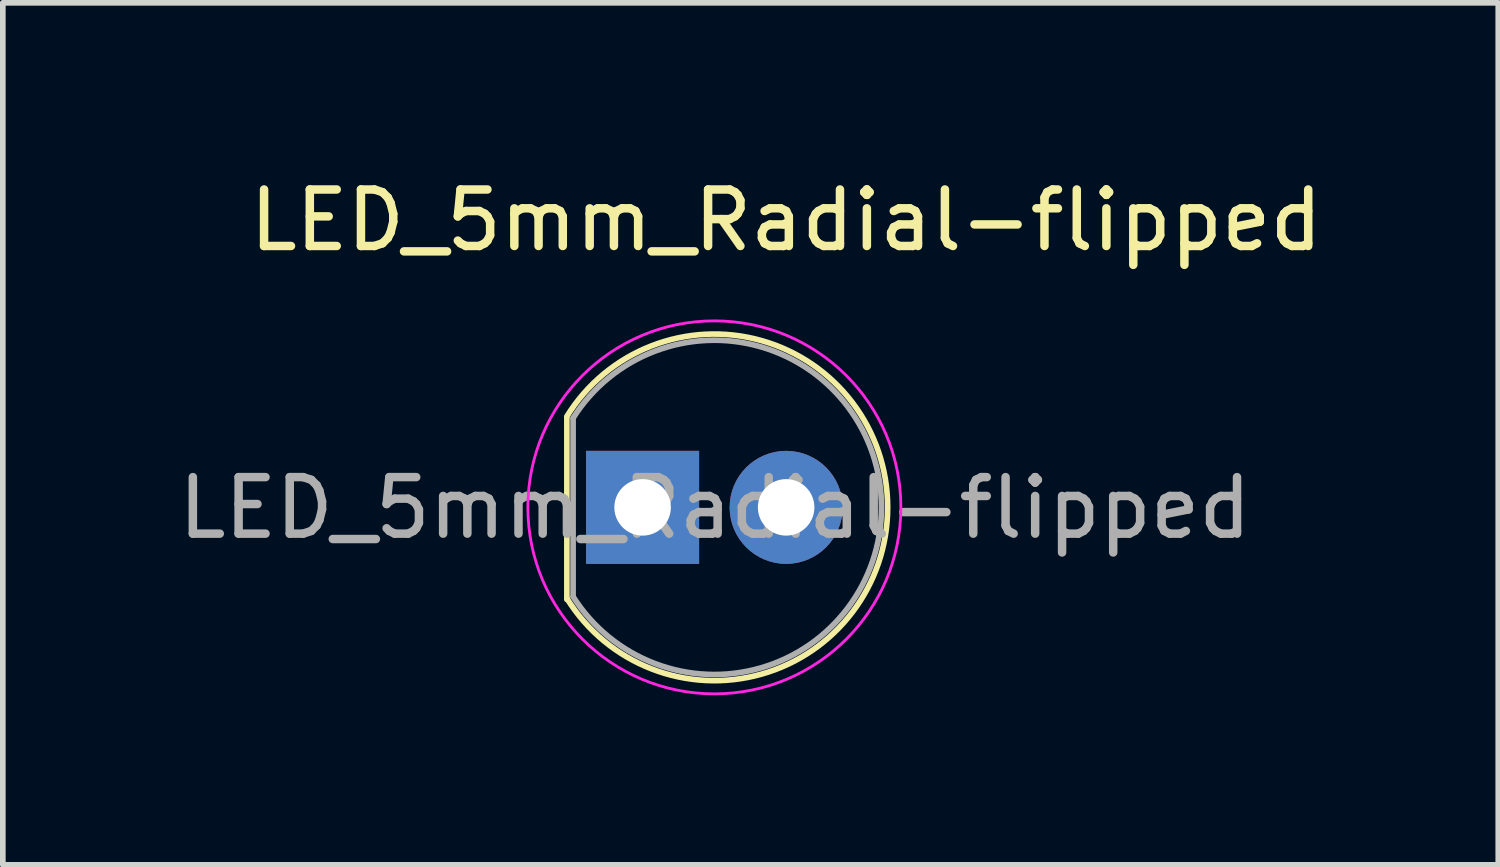
<source format=kicad_pcb>
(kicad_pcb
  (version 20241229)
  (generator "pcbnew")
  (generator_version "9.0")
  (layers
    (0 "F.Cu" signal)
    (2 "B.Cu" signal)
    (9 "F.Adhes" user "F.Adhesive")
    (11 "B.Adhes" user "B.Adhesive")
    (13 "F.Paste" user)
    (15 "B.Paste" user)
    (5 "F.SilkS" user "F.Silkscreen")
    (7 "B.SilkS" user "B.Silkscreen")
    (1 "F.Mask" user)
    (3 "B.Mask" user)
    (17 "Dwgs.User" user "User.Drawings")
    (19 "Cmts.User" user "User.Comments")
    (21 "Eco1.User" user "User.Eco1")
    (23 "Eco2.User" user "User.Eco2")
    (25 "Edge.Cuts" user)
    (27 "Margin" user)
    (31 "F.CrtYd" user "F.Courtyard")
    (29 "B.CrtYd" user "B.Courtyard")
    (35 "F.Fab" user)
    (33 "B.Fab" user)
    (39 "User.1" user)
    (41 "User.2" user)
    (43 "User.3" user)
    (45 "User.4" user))
  (footprint "LED_5mm_Radial-flipped"
    (layer "F.Cu")
    (at 10.861 5.928)
    (property "Reference" "LED_5mm_Radial-flipped" (at 0 -5.08 0) (layer "F.SilkS") (effects (font (size 1 1) (thickness 0.15))))
    (attr through_hole)
    (fp_line (start -3.88 1.63) (end -3.88 -1.58) (stroke (width 0.1) (type solid)) (layer "F.SilkS"))
    (fp_arc (start -3.881718 -1.607211) (mid 1.796626 -0.001638) (end -3.88 1.61) (stroke (width 0.1) (type solid)) (layer "F.SilkS"))
    (fp_circle (center -1.27 0) (end -4.57 0) (stroke (width 0.05) (type solid)) (fill no) (layer "F.CrtYd"))
    (fp_line (start -3.77 -1.58) (end -3.77 1.58) (stroke (width 0.1) (type solid)) (layer "F.Fab"))
    (fp_arc (start -3.77 -1.58) (mid 1.687431 0) (end -3.77 1.58) (stroke (width 0.1) (type solid)) (layer "F.Fab"))
    (fp_text user "${REFERENCE}" (at -1.26 0.01 0) (layer "F.Fab") (effects (font (size 1 1) (thickness 0.15))))
    (pad "1" thru_hole rect (at -2.54 0) (size 2 2) (drill 1) (layers "*.Cu" "*.Mask"))
    (pad "2" thru_hole circle (at 0 0) (size 2 2) (drill 1) (layers "*.Cu" "*.Mask")))
  (gr_rect
    (start -3 -3)
    (end 23.462 12.253)
    (stroke (width 0.1) (type default))
    (fill no)
    (layer "Edge.Cuts")))
</source>
